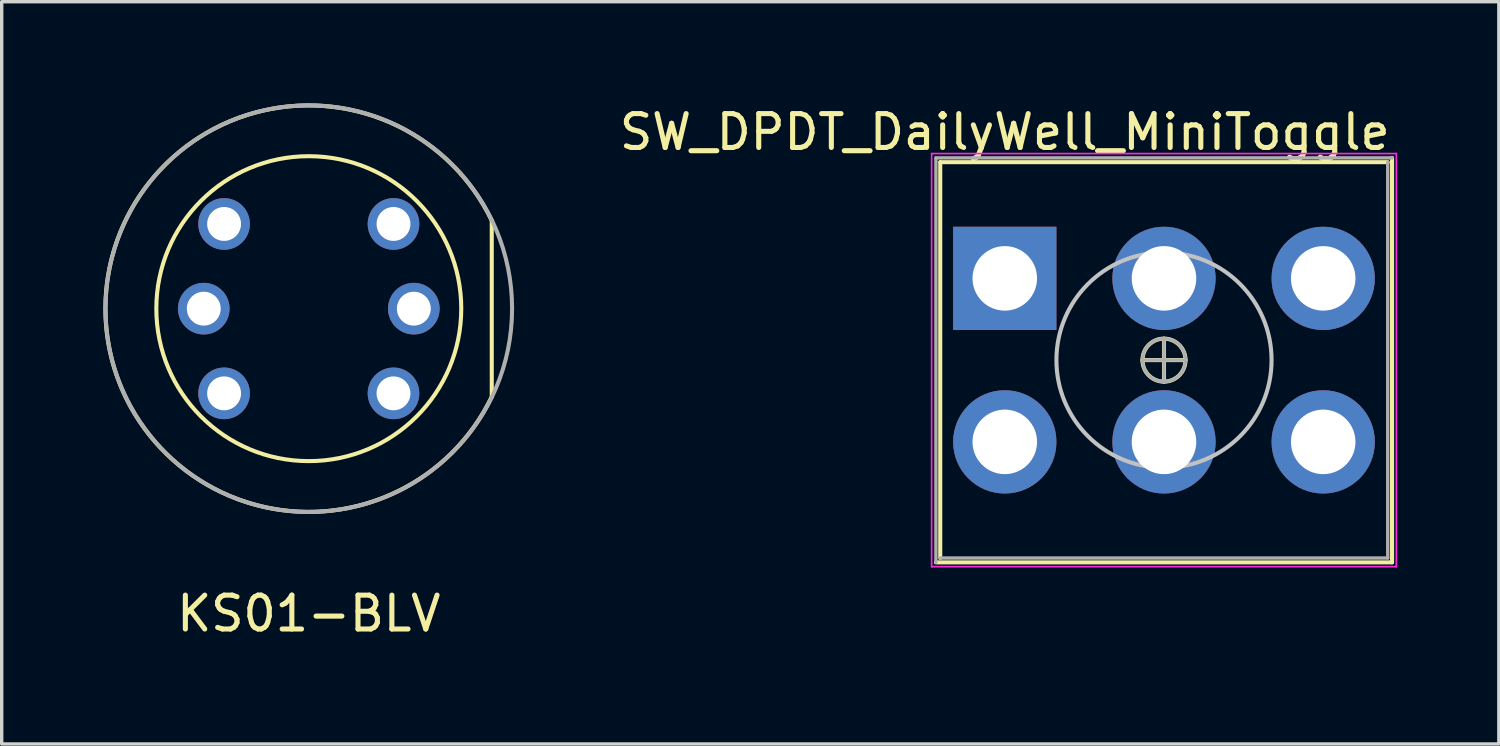
<source format=kicad_pcb>
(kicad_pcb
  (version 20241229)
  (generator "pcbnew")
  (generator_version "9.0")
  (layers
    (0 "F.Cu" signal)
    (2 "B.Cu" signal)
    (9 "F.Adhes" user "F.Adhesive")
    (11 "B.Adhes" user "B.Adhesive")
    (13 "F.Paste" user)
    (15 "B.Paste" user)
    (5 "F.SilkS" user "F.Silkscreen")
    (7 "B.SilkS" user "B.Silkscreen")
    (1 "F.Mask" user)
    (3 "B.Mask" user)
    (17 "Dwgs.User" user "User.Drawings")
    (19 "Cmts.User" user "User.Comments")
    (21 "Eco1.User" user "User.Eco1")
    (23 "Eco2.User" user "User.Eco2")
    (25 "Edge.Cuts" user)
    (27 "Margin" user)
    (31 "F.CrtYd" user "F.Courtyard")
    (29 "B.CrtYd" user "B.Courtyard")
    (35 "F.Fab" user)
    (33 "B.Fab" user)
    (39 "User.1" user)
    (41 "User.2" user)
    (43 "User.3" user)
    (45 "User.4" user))
  (footprint "KS01-BLV"
    (layer "F.Cu")
    (at 6.064 6.06)
    (property "Reference" "KS01-BLV" (at 0 9 0) (unlocked yes) (layer "F.SilkS") (effects (font (size 1 1) (thickness 0.15))))
    (attr through_hole)
    (fp_line (start 5.4 -2.6) (end 5.4 2.6) (stroke (width 0.12) (type solid)) (layer "F.SilkS"))
    (fp_arc (start 5.4 2.6) (mid -6.00362 0) (end 5.4 -2.6) (stroke (width 0.12) (type solid)) (layer "F.SilkS"))
    (fp_circle (center 0 0) (end 4.5 0) (stroke (width 0.12) (type solid)) (fill no) (layer "F.SilkS"))
    (fp_circle (center 0 0) (end 6 0) (stroke (width 0.12) (type solid)) (fill no) (layer "F.Fab"))
    (pad "1" thru_hole circle (at -2.5 -2.5) (size 1.524 1.524) (drill 1) (layers "*.Cu" "*.Mask"))
    (pad "2" thru_hole circle (at 2.5 -2.5) (size 1.524 1.524) (drill 1) (layers "*.Cu" "*.Mask"))
    (pad "3" thru_hole circle (at -2.5 2.5) (size 1.524 1.524) (drill 1) (layers "*.Cu" "*.Mask"))
    (pad "4" thru_hole circle (at 2.5 2.5) (size 1.524 1.524) (drill 1) (layers "*.Cu" "*.Mask"))
    (pad "5" thru_hole circle (at -3.1 0) (size 1.524 1.524) (drill 1) (layers "*.Cu" "*.Mask"))
    (pad "6" thru_hole circle (at 3.1 0) (size 1.524 1.524) (drill 1) (layers "*.Cu" "*.Mask")))
  (footprint "SW_DPDT_DailyWell_MiniToggle"
    (layer "F.Cu")
    (at 31.305 7.579)
    (property "Reference" "SW_DPDT_DailyWell_MiniToggle" (at -4.699 -6.731 0) (layer "F.SilkS") (effects (font (size 1 1) (thickness 0.15))))
    (attr through_hole)
    (fp_line (start -6.731 5.969) (end 6.731 5.969) (stroke (width 0.12) (type solid)) (layer "F.SilkS"))
    (fp_line (start -6.604 -5.842) (end -6.604 5.842) (stroke (width 0.12) (type solid)) (layer "F.SilkS"))
    (fp_line (start -0.635 0) (end 0.635 0) (stroke (width 0.12) (type solid)) (layer "F.SilkS"))
    (fp_line (start 0 0.635) (end 0 -0.635) (stroke (width 0.12) (type solid)) (layer "F.SilkS"))
    (fp_line (start 6.604 -5.842) (end -6.604 -5.842) (stroke (width 0.12) (type solid)) (layer "F.SilkS"))
    (fp_line (start 6.731 5.969) (end 6.731 -5.969) (stroke (width 0.12) (type solid)) (layer "F.SilkS"))
    (fp_circle (center 0 0) (end 0.635 0) (stroke (width 0.12) (type solid)) (fill no) (layer "F.SilkS"))
    (fp_circle (center 0 0) (end 0 3.175) (stroke (width 0.12) (type solid)) (fill no) (layer "Dwgs.User"))
    (fp_line (start -6.858 -6.096) (end 6.858 -6.096) (stroke (width 0.05) (type solid)) (layer "F.CrtYd"))
    (fp_line (start -6.858 6.096) (end -6.858 -6.096) (stroke (width 0.05) (type solid)) (layer "F.CrtYd"))
    (fp_line (start 6.858 -6.096) (end 6.858 6.096) (stroke (width 0.05) (type solid)) (layer "F.CrtYd"))
    (fp_line (start 6.858 6.096) (end -6.858 6.096) (stroke (width 0.05) (type solid)) (layer "F.CrtYd"))
    (fp_line (start -6.731 -5.969) (end -6.731 5.969) (stroke (width 0.1) (type solid)) (layer "F.Fab"))
    (fp_line (start -6.604 5.842) (end 6.604 5.842) (stroke (width 0.1) (type solid)) (layer "F.Fab"))
    (fp_line (start -0.635 0) (end 0.635 0) (stroke (width 0.1) (type solid)) (layer "F.Fab"))
    (fp_line (start 0 0.635) (end 0 -0.635) (stroke (width 0.1) (type solid)) (layer "F.Fab"))
    (fp_line (start 6.604 5.842) (end 6.604 -5.842) (stroke (width 0.1) (type solid)) (layer "F.Fab"))
    (fp_line (start 6.731 -5.969) (end -6.731 -5.969) (stroke (width 0.1) (type solid)) (layer "F.Fab"))
    (fp_circle (center 0 0) (end 0.635 0) (stroke (width 0.1) (type solid)) (fill no) (layer "F.Fab"))
    (pad "1" thru_hole rect (at -4.699 -2.413) (size 3.048 3.048) (drill 1.905) (layers "*.Cu" "*.Mask"))
    (pad "2" thru_hole circle (at 0 -2.413) (size 3.048 3.048) (drill 1.905) (layers "*.Cu" "*.Mask"))
    (pad "3" thru_hole circle (at 4.699 -2.413) (size 3.048 3.048) (drill 1.905) (layers "*.Cu" "*.Mask"))
    (pad "4" thru_hole circle (at -4.699 2.413) (size 3.048 3.048) (drill 1.905) (layers "*.Cu" "*.Mask"))
    (pad "5" thru_hole circle (at 0 2.413) (size 3.048 3.048) (drill 1.905) (layers "*.Cu" "*.Mask"))
    (pad "6" thru_hole circle (at 4.699 2.413) (size 3.048 3.048) (drill 1.905) (layers "*.Cu" "*.Mask")))
  (gr_rect
    (start -3 -3)
    (end 41.188 18.908)
    (stroke (width 0.1) (type default))
    (fill no)
    (layer "Edge.Cuts")))
</source>
